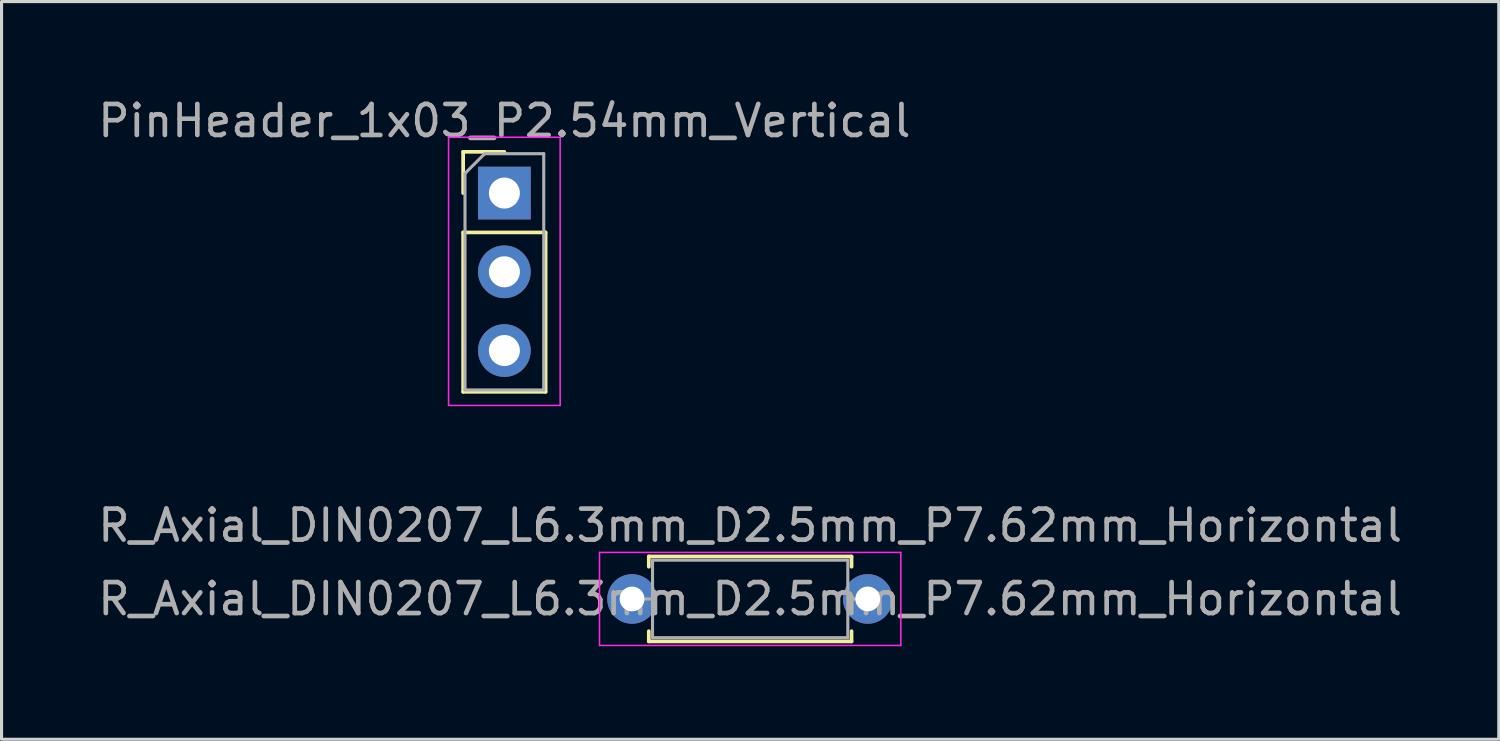
<source format=kicad_pcb>
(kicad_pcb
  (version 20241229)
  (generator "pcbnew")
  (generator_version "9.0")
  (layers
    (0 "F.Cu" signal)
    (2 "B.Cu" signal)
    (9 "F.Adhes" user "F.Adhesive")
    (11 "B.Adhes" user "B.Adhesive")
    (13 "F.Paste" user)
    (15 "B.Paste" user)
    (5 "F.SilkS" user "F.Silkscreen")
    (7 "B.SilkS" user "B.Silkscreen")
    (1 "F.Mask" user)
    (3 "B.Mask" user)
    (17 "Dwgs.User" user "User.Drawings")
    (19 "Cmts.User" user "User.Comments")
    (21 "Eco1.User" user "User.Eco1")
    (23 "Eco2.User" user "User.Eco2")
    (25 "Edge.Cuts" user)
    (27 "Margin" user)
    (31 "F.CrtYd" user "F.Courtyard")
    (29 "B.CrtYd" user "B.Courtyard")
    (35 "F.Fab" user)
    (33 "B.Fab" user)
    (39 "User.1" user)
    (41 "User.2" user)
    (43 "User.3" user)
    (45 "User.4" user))
  (footprint "PinHeader_1x03_P2.54mm_Vertical"
    (layer "F.Cu")
    (at 13.22 3.178)
    (property "Reference" "PinHeader_1x03_P2.54mm_Vertical" (at 0 -2.33 0) (layer "F.Fab") (effects (font (size 1 1) (thickness 0.15))))
    (attr through_hole)
    (fp_line (start -1.33 -1.33) (end 0 -1.33) (stroke (width 0.12) (type solid)) (layer "F.SilkS"))
    (fp_line (start -1.33 0) (end -1.33 -1.33) (stroke (width 0.12) (type solid)) (layer "F.SilkS"))
    (fp_line (start -1.33 1.27) (end -1.33 6.41) (stroke (width 0.12) (type solid)) (layer "F.SilkS"))
    (fp_line (start -1.33 1.27) (end 1.33 1.27) (stroke (width 0.12) (type solid)) (layer "F.SilkS"))
    (fp_line (start -1.33 6.41) (end 1.33 6.41) (stroke (width 0.12) (type solid)) (layer "F.SilkS"))
    (fp_line (start 1.33 1.27) (end 1.33 6.41) (stroke (width 0.12) (type solid)) (layer "F.SilkS"))
    (fp_line (start -1.8 -1.8) (end -1.8 6.85) (stroke (width 0.05) (type solid)) (layer "F.CrtYd"))
    (fp_line (start -1.8 6.85) (end 1.8 6.85) (stroke (width 0.05) (type solid)) (layer "F.CrtYd"))
    (fp_line (start 1.8 -1.8) (end -1.8 -1.8) (stroke (width 0.05) (type solid)) (layer "F.CrtYd"))
    (fp_line (start 1.8 6.85) (end 1.8 -1.8) (stroke (width 0.05) (type solid)) (layer "F.CrtYd"))
    (fp_line (start -1.27 -0.635) (end -0.635 -1.27) (stroke (width 0.1) (type solid)) (layer "F.Fab"))
    (fp_line (start -1.27 6.35) (end -1.27 -0.635) (stroke (width 0.1) (type solid)) (layer "F.Fab"))
    (fp_line (start -0.635 -1.27) (end 1.27 -1.27) (stroke (width 0.1) (type solid)) (layer "F.Fab"))
    (fp_line (start 1.27 -1.27) (end 1.27 6.35) (stroke (width 0.1) (type solid)) (layer "F.Fab"))
    (fp_line (start 1.27 6.35) (end -1.27 6.35) (stroke (width 0.1) (type solid)) (layer "F.Fab"))
    (pad "1" thru_hole rect (at 0 0) (size 1.7 1.7) (drill 1) (layers "*.Cu" "*.Mask"))
    (pad "2" thru_hole oval (at 0 2.54) (size 1.7 1.7) (drill 1) (layers "*.Cu" "*.Mask"))
    (pad "3" thru_hole oval (at 0 5.08) (size 1.7 1.7) (drill 1) (layers "*.Cu" "*.Mask")))
  (footprint "R_Axial_DIN0207_L6.3mm_D2.5mm_P7.62mm_Horizontal"
    (layer "F.Cu")
    (at 17.339 16.271)
    (property "Reference" "R_Axial_DIN0207_L6.3mm_D2.5mm_P7.62mm_Horizontal" (at 3.81 -2.37 0) (layer "F.Fab") (effects (font (size 1 1) (thickness 0.15))))
    (attr through_hole)
    (fp_line (start 0.54 -1.37) (end 7.08 -1.37) (stroke (width 0.12) (type solid)) (layer "F.SilkS"))
    (fp_line (start 0.54 -1.04) (end 0.54 -1.37) (stroke (width 0.12) (type solid)) (layer "F.SilkS"))
    (fp_line (start 0.54 1.04) (end 0.54 1.37) (stroke (width 0.12) (type solid)) (layer "F.SilkS"))
    (fp_line (start 0.54 1.37) (end 7.08 1.37) (stroke (width 0.12) (type solid)) (layer "F.SilkS"))
    (fp_line (start 7.08 -1.37) (end 7.08 -1.04) (stroke (width 0.12) (type solid)) (layer "F.SilkS"))
    (fp_line (start 7.08 1.37) (end 7.08 1.04) (stroke (width 0.12) (type solid)) (layer "F.SilkS"))
    (fp_line (start -1.05 -1.5) (end -1.05 1.5) (stroke (width 0.05) (type solid)) (layer "F.CrtYd"))
    (fp_line (start -1.05 1.5) (end 8.67 1.5) (stroke (width 0.05) (type solid)) (layer "F.CrtYd"))
    (fp_line (start 8.67 -1.5) (end -1.05 -1.5) (stroke (width 0.05) (type solid)) (layer "F.CrtYd"))
    (fp_line (start 8.67 1.5) (end 8.67 -1.5) (stroke (width 0.05) (type solid)) (layer "F.CrtYd"))
    (fp_line (start 0 0) (end 0.66 0) (stroke (width 0.1) (type solid)) (layer "F.Fab"))
    (fp_line (start 0.66 -1.25) (end 0.66 1.25) (stroke (width 0.1) (type solid)) (layer "F.Fab"))
    (fp_line (start 0.66 1.25) (end 6.96 1.25) (stroke (width 0.1) (type solid)) (layer "F.Fab"))
    (fp_line (start 6.96 -1.25) (end 0.66 -1.25) (stroke (width 0.1) (type solid)) (layer "F.Fab"))
    (fp_line (start 6.96 1.25) (end 6.96 -1.25) (stroke (width 0.1) (type solid)) (layer "F.Fab"))
    (fp_line (start 7.62 0) (end 6.96 0) (stroke (width 0.1) (type solid)) (layer "F.Fab"))
    (fp_text user "${REFERENCE}" (at 3.81 0 0) (layer "F.Fab") (effects (font (size 1 1) (thickness 0.15))))
    (pad "1" thru_hole circle (at 0 0) (size 1.6 1.6) (drill 0.8) (layers "*.Cu" "*.Mask"))
    (pad "2" thru_hole oval (at 7.602 0) (size 1.6 1.6) (drill 0.8) (layers "*.Cu" "*.Mask")))
  (gr_rect
    (start -3 -3)
    (end 45.298 20.797)
    (stroke (width 0.1) (type default))
    (fill no)
    (layer "Edge.Cuts")))
</source>
